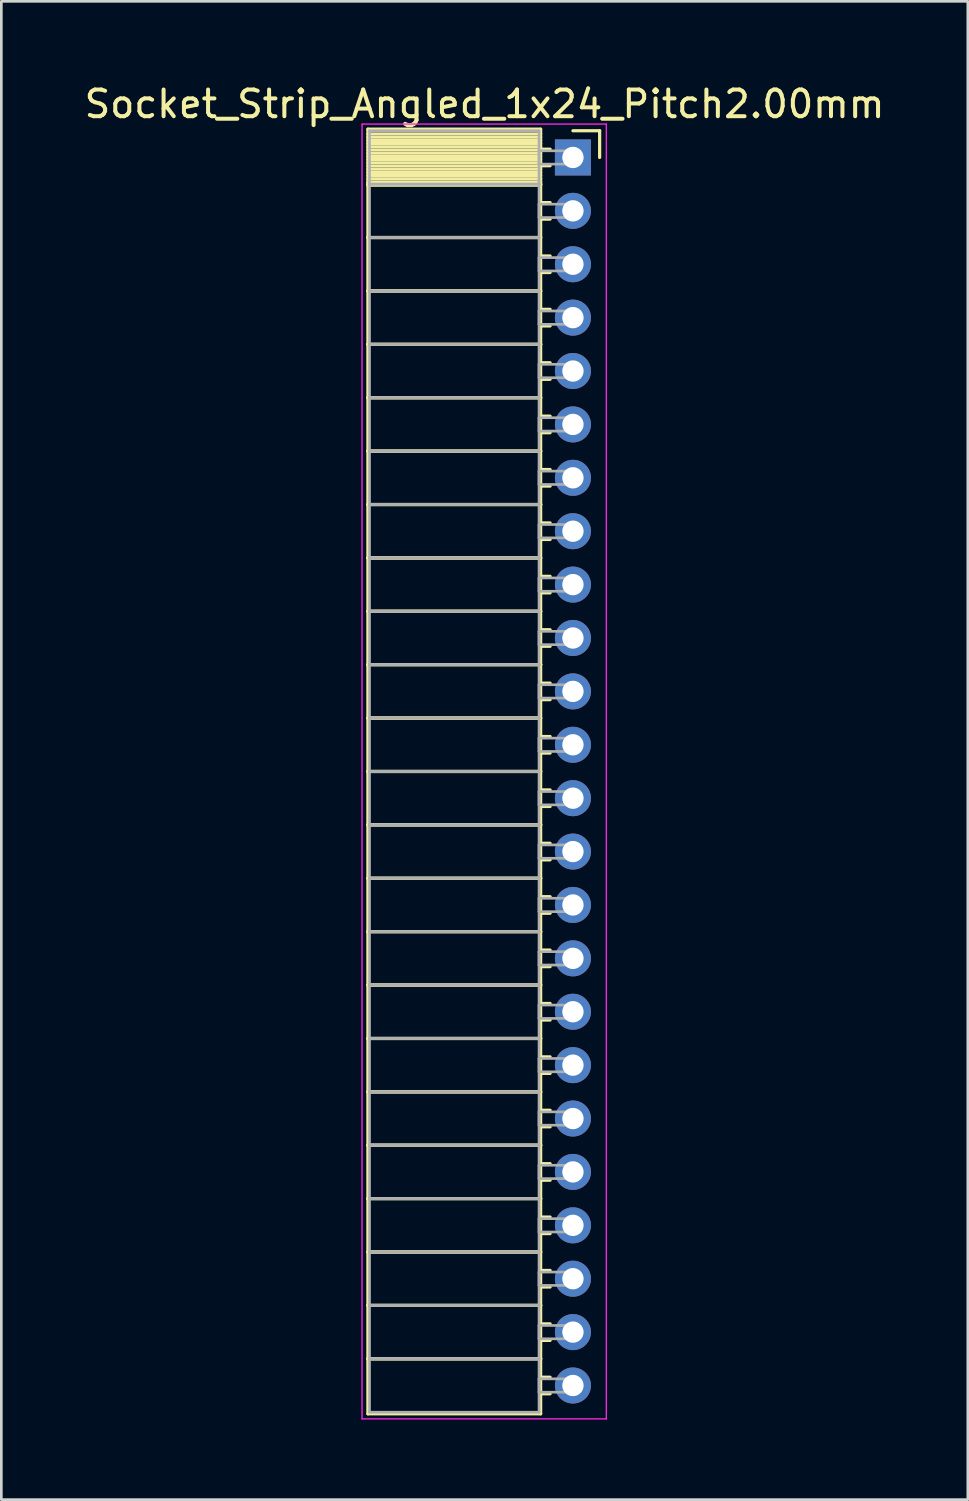
<source format=kicad_pcb>
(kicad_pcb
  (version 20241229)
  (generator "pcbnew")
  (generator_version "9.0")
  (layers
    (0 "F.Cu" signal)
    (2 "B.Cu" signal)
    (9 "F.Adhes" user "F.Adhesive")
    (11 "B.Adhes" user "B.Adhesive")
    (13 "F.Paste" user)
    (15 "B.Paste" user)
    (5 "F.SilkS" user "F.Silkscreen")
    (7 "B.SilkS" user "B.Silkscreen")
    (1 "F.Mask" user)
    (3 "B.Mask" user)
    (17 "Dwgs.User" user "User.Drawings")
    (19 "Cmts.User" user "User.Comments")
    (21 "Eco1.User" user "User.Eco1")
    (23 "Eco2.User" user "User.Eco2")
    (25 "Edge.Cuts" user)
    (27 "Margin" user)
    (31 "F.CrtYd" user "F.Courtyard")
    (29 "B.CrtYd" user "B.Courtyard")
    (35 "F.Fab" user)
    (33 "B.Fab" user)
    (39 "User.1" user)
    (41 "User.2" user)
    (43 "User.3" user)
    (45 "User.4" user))
  (footprint "Socket_Strip_Angled_1x24_Pitch2.00mm"
    (layer "F.Cu")
    (at 18.411 2.848)
    (property "Reference" "Socket_Strip_Angled_1x24_Pitch2.00mm" (at -3.31 -2 0) (layer "F.SilkS") (effects (font (size 1 1) (thickness 0.15))))
    (attr through_hole)
    (fp_line (start -7.68 -1.06) (end -1.21 -1.06) (stroke (width 0.12) (type solid)) (layer "F.SilkS"))
    (fp_line (start -7.68 1) (end -7.68 -1.06) (stroke (width 0.12) (type solid)) (layer "F.SilkS"))
    (fp_line (start -7.68 1) (end -1.21 1) (stroke (width 0.12) (type solid)) (layer "F.SilkS"))
    (fp_line (start -7.68 3) (end -7.68 1) (stroke (width 0.12) (type solid)) (layer "F.SilkS"))
    (fp_line (start -7.68 3) (end -1.21 3) (stroke (width 0.12) (type solid)) (layer "F.SilkS"))
    (fp_line (start -7.68 5) (end -7.68 3) (stroke (width 0.12) (type solid)) (layer "F.SilkS"))
    (fp_line (start -7.68 5) (end -1.21 5) (stroke (width 0.12) (type solid)) (layer "F.SilkS"))
    (fp_line (start -7.68 7) (end -7.68 5) (stroke (width 0.12) (type solid)) (layer "F.SilkS"))
    (fp_line (start -7.68 7) (end -1.21 7) (stroke (width 0.12) (type solid)) (layer "F.SilkS"))
    (fp_line (start -7.68 9) (end -7.68 7) (stroke (width 0.12) (type solid)) (layer "F.SilkS"))
    (fp_line (start -7.68 9) (end -1.21 9) (stroke (width 0.12) (type solid)) (layer "F.SilkS"))
    (fp_line (start -7.68 11) (end -7.68 9) (stroke (width 0.12) (type solid)) (layer "F.SilkS"))
    (fp_line (start -7.68 11) (end -1.21 11) (stroke (width 0.12) (type solid)) (layer "F.SilkS"))
    (fp_line (start -7.68 13) (end -7.68 11) (stroke (width 0.12) (type solid)) (layer "F.SilkS"))
    (fp_line (start -7.68 13) (end -1.21 13) (stroke (width 0.12) (type solid)) (layer "F.SilkS"))
    (fp_line (start -7.68 15) (end -7.68 13) (stroke (width 0.12) (type solid)) (layer "F.SilkS"))
    (fp_line (start -7.68 15) (end -1.21 15) (stroke (width 0.12) (type solid)) (layer "F.SilkS"))
    (fp_line (start -7.68 17) (end -7.68 15) (stroke (width 0.12) (type solid)) (layer "F.SilkS"))
    (fp_line (start -7.68 17) (end -1.21 17) (stroke (width 0.12) (type solid)) (layer "F.SilkS"))
    (fp_line (start -7.68 19) (end -7.68 17) (stroke (width 0.12) (type solid)) (layer "F.SilkS"))
    (fp_line (start -7.68 19) (end -1.21 19) (stroke (width 0.12) (type solid)) (layer "F.SilkS"))
    (fp_line (start -7.68 21) (end -7.68 19) (stroke (width 0.12) (type solid)) (layer "F.SilkS"))
    (fp_line (start -7.68 21) (end -1.21 21) (stroke (width 0.12) (type solid)) (layer "F.SilkS"))
    (fp_line (start -7.68 23) (end -7.68 21) (stroke (width 0.12) (type solid)) (layer "F.SilkS"))
    (fp_line (start -7.68 23) (end -1.21 23) (stroke (width 0.12) (type solid)) (layer "F.SilkS"))
    (fp_line (start -7.68 25) (end -7.68 23) (stroke (width 0.12) (type solid)) (layer "F.SilkS"))
    (fp_line (start -7.68 25) (end -1.21 25) (stroke (width 0.12) (type solid)) (layer "F.SilkS"))
    (fp_line (start -7.68 27) (end -7.68 25) (stroke (width 0.12) (type solid)) (layer "F.SilkS"))
    (fp_line (start -7.68 27) (end -1.21 27) (stroke (width 0.12) (type solid)) (layer "F.SilkS"))
    (fp_line (start -7.68 29) (end -7.68 27) (stroke (width 0.12) (type solid)) (layer "F.SilkS"))
    (fp_line (start -7.68 29) (end -1.21 29) (stroke (width 0.12) (type solid)) (layer "F.SilkS"))
    (fp_line (start -7.68 31) (end -7.68 29) (stroke (width 0.12) (type solid)) (layer "F.SilkS"))
    (fp_line (start -7.68 31) (end -1.21 31) (stroke (width 0.12) (type solid)) (layer "F.SilkS"))
    (fp_line (start -7.68 33) (end -7.68 31) (stroke (width 0.12) (type solid)) (layer "F.SilkS"))
    (fp_line (start -7.68 33) (end -1.21 33) (stroke (width 0.12) (type solid)) (layer "F.SilkS"))
    (fp_line (start -7.68 35) (end -7.68 33) (stroke (width 0.12) (type solid)) (layer "F.SilkS"))
    (fp_line (start -7.68 35) (end -1.21 35) (stroke (width 0.12) (type solid)) (layer "F.SilkS"))
    (fp_line (start -7.68 37) (end -7.68 35) (stroke (width 0.12) (type solid)) (layer "F.SilkS"))
    (fp_line (start -7.68 37) (end -1.21 37) (stroke (width 0.12) (type solid)) (layer "F.SilkS"))
    (fp_line (start -7.68 39) (end -7.68 37) (stroke (width 0.12) (type solid)) (layer "F.SilkS"))
    (fp_line (start -7.68 39) (end -1.21 39) (stroke (width 0.12) (type solid)) (layer "F.SilkS"))
    (fp_line (start -7.68 41) (end -7.68 39) (stroke (width 0.12) (type solid)) (layer "F.SilkS"))
    (fp_line (start -7.68 41) (end -1.21 41) (stroke (width 0.12) (type solid)) (layer "F.SilkS"))
    (fp_line (start -7.68 43) (end -7.68 41) (stroke (width 0.12) (type solid)) (layer "F.SilkS"))
    (fp_line (start -7.68 43) (end -1.21 43) (stroke (width 0.12) (type solid)) (layer "F.SilkS"))
    (fp_line (start -7.68 45) (end -7.68 43) (stroke (width 0.12) (type solid)) (layer "F.SilkS"))
    (fp_line (start -7.68 45) (end -1.21 45) (stroke (width 0.12) (type solid)) (layer "F.SilkS"))
    (fp_line (start -7.68 47.06) (end -7.68 45) (stroke (width 0.12) (type solid)) (layer "F.SilkS"))
    (fp_line (start -1.21 -1.06) (end -1.21 1) (stroke (width 0.12) (type solid)) (layer "F.SilkS"))
    (fp_line (start -1.21 -0.88) (end -7.68 -0.88) (stroke (width 0.12) (type solid)) (layer "F.SilkS"))
    (fp_line (start -1.21 -0.76) (end -7.68 -0.76) (stroke (width 0.12) (type solid)) (layer "F.SilkS"))
    (fp_line (start -1.21 -0.64) (end -7.68 -0.64) (stroke (width 0.12) (type solid)) (layer "F.SilkS"))
    (fp_line (start -1.21 -0.52) (end -7.68 -0.52) (stroke (width 0.12) (type solid)) (layer "F.SilkS"))
    (fp_line (start -1.21 -0.4) (end -7.68 -0.4) (stroke (width 0.12) (type solid)) (layer "F.SilkS"))
    (fp_line (start -1.21 -0.28) (end -7.68 -0.28) (stroke (width 0.12) (type solid)) (layer "F.SilkS"))
    (fp_line (start -1.21 -0.16) (end -7.68 -0.16) (stroke (width 0.12) (type solid)) (layer "F.SilkS"))
    (fp_line (start -1.21 -0.04) (end -7.68 -0.04) (stroke (width 0.12) (type solid)) (layer "F.SilkS"))
    (fp_line (start -1.21 0.08) (end -7.68 0.08) (stroke (width 0.12) (type solid)) (layer "F.SilkS"))
    (fp_line (start -1.21 0.2) (end -7.68 0.2) (stroke (width 0.12) (type solid)) (layer "F.SilkS"))
    (fp_line (start -1.21 0.32) (end -7.68 0.32) (stroke (width 0.12) (type solid)) (layer "F.SilkS"))
    (fp_line (start -1.21 0.44) (end -7.68 0.44) (stroke (width 0.12) (type solid)) (layer "F.SilkS"))
    (fp_line (start -1.21 0.56) (end -7.68 0.56) (stroke (width 0.12) (type solid)) (layer "F.SilkS"))
    (fp_line (start -1.21 0.68) (end -7.68 0.68) (stroke (width 0.12) (type solid)) (layer "F.SilkS"))
    (fp_line (start -1.21 0.8) (end -7.68 0.8) (stroke (width 0.12) (type solid)) (layer "F.SilkS"))
    (fp_line (start -1.21 0.92) (end -7.68 0.92) (stroke (width 0.12) (type solid)) (layer "F.SilkS"))
    (fp_line (start -1.21 1) (end -7.68 1) (stroke (width 0.12) (type solid)) (layer "F.SilkS"))
    (fp_line (start -1.21 1) (end -1.21 3) (stroke (width 0.12) (type solid)) (layer "F.SilkS"))
    (fp_line (start -1.21 1.04) (end -7.68 1.04) (stroke (width 0.12) (type solid)) (layer "F.SilkS"))
    (fp_line (start -1.21 3) (end -7.68 3) (stroke (width 0.12) (type solid)) (layer "F.SilkS"))
    (fp_line (start -1.21 3) (end -1.21 5) (stroke (width 0.12) (type solid)) (layer "F.SilkS"))
    (fp_line (start -1.21 5) (end -7.68 5) (stroke (width 0.12) (type solid)) (layer "F.SilkS"))
    (fp_line (start -1.21 5) (end -1.21 7) (stroke (width 0.12) (type solid)) (layer "F.SilkS"))
    (fp_line (start -1.21 7) (end -7.68 7) (stroke (width 0.12) (type solid)) (layer "F.SilkS"))
    (fp_line (start -1.21 7) (end -1.21 9) (stroke (width 0.12) (type solid)) (layer "F.SilkS"))
    (fp_line (start -1.21 9) (end -7.68 9) (stroke (width 0.12) (type solid)) (layer "F.SilkS"))
    (fp_line (start -1.21 9) (end -1.21 11) (stroke (width 0.12) (type solid)) (layer "F.SilkS"))
    (fp_line (start -1.21 11) (end -7.68 11) (stroke (width 0.12) (type solid)) (layer "F.SilkS"))
    (fp_line (start -1.21 11) (end -1.21 13) (stroke (width 0.12) (type solid)) (layer "F.SilkS"))
    (fp_line (start -1.21 13) (end -7.68 13) (stroke (width 0.12) (type solid)) (layer "F.SilkS"))
    (fp_line (start -1.21 13) (end -1.21 15) (stroke (width 0.12) (type solid)) (layer "F.SilkS"))
    (fp_line (start -1.21 15) (end -7.68 15) (stroke (width 0.12) (type solid)) (layer "F.SilkS"))
    (fp_line (start -1.21 15) (end -1.21 17) (stroke (width 0.12) (type solid)) (layer "F.SilkS"))
    (fp_line (start -1.21 17) (end -7.68 17) (stroke (width 0.12) (type solid)) (layer "F.SilkS"))
    (fp_line (start -1.21 17) (end -1.21 19) (stroke (width 0.12) (type solid)) (layer "F.SilkS"))
    (fp_line (start -1.21 19) (end -7.68 19) (stroke (width 0.12) (type solid)) (layer "F.SilkS"))
    (fp_line (start -1.21 19) (end -1.21 21) (stroke (width 0.12) (type solid)) (layer "F.SilkS"))
    (fp_line (start -1.21 21) (end -7.68 21) (stroke (width 0.12) (type solid)) (layer "F.SilkS"))
    (fp_line (start -1.21 21) (end -1.21 23) (stroke (width 0.12) (type solid)) (layer "F.SilkS"))
    (fp_line (start -1.21 23) (end -7.68 23) (stroke (width 0.12) (type solid)) (layer "F.SilkS"))
    (fp_line (start -1.21 23) (end -1.21 25) (stroke (width 0.12) (type solid)) (layer "F.SilkS"))
    (fp_line (start -1.21 25) (end -7.68 25) (stroke (width 0.12) (type solid)) (layer "F.SilkS"))
    (fp_line (start -1.21 25) (end -1.21 27) (stroke (width 0.12) (type solid)) (layer "F.SilkS"))
    (fp_line (start -1.21 27) (end -7.68 27) (stroke (width 0.12) (type solid)) (layer "F.SilkS"))
    (fp_line (start -1.21 27) (end -1.21 29) (stroke (width 0.12) (type solid)) (layer "F.SilkS"))
    (fp_line (start -1.21 29) (end -7.68 29) (stroke (width 0.12) (type solid)) (layer "F.SilkS"))
    (fp_line (start -1.21 29) (end -1.21 31) (stroke (width 0.12) (type solid)) (layer "F.SilkS"))
    (fp_line (start -1.21 31) (end -7.68 31) (stroke (width 0.12) (type solid)) (layer "F.SilkS"))
    (fp_line (start -1.21 31) (end -1.21 33) (stroke (width 0.12) (type solid)) (layer "F.SilkS"))
    (fp_line (start -1.21 33) (end -7.68 33) (stroke (width 0.12) (type solid)) (layer "F.SilkS"))
    (fp_line (start -1.21 33) (end -1.21 35) (stroke (width 0.12) (type solid)) (layer "F.SilkS"))
    (fp_line (start -1.21 35) (end -7.68 35) (stroke (width 0.12) (type solid)) (layer "F.SilkS"))
    (fp_line (start -1.21 35) (end -1.21 37) (stroke (width 0.12) (type solid)) (layer "F.SilkS"))
    (fp_line (start -1.21 37) (end -7.68 37) (stroke (width 0.12) (type solid)) (layer "F.SilkS"))
    (fp_line (start -1.21 37) (end -1.21 39) (stroke (width 0.12) (type solid)) (layer "F.SilkS"))
    (fp_line (start -1.21 39) (end -7.68 39) (stroke (width 0.12) (type solid)) (layer "F.SilkS"))
    (fp_line (start -1.21 39) (end -1.21 41) (stroke (width 0.12) (type solid)) (layer "F.SilkS"))
    (fp_line (start -1.21 41) (end -7.68 41) (stroke (width 0.12) (type solid)) (layer "F.SilkS"))
    (fp_line (start -1.21 41) (end -1.21 43) (stroke (width 0.12) (type solid)) (layer "F.SilkS"))
    (fp_line (start -1.21 43) (end -7.68 43) (stroke (width 0.12) (type solid)) (layer "F.SilkS"))
    (fp_line (start -1.21 43) (end -1.21 45) (stroke (width 0.12) (type solid)) (layer "F.SilkS"))
    (fp_line (start -1.21 45) (end -7.68 45) (stroke (width 0.12) (type solid)) (layer "F.SilkS"))
    (fp_line (start -1.21 45) (end -1.21 47.06) (stroke (width 0.12) (type solid)) (layer "F.SilkS"))
    (fp_line (start -1.21 47.06) (end -7.68 47.06) (stroke (width 0.12) (type solid)) (layer "F.SilkS"))
    (fp_line (start -0.855 -0.31) (end -1.21 -0.31) (stroke (width 0.12) (type solid)) (layer "F.SilkS"))
    (fp_line (start -0.855 0.31) (end -1.21 0.31) (stroke (width 0.12) (type solid)) (layer "F.SilkS"))
    (fp_line (start -0.855 1.69) (end -1.21 1.69) (stroke (width 0.12) (type solid)) (layer "F.SilkS"))
    (fp_line (start -0.855 2.31) (end -1.21 2.31) (stroke (width 0.12) (type solid)) (layer "F.SilkS"))
    (fp_line (start -0.855 3.69) (end -1.21 3.69) (stroke (width 0.12) (type solid)) (layer "F.SilkS"))
    (fp_line (start -0.855 4.31) (end -1.21 4.31) (stroke (width 0.12) (type solid)) (layer "F.SilkS"))
    (fp_line (start -0.855 5.69) (end -1.21 5.69) (stroke (width 0.12) (type solid)) (layer "F.SilkS"))
    (fp_line (start -0.855 6.31) (end -1.21 6.31) (stroke (width 0.12) (type solid)) (layer "F.SilkS"))
    (fp_line (start -0.855 7.69) (end -1.21 7.69) (stroke (width 0.12) (type solid)) (layer "F.SilkS"))
    (fp_line (start -0.855 8.31) (end -1.21 8.31) (stroke (width 0.12) (type solid)) (layer "F.SilkS"))
    (fp_line (start -0.855 9.69) (end -1.21 9.69) (stroke (width 0.12) (type solid)) (layer "F.SilkS"))
    (fp_line (start -0.855 10.31) (end -1.21 10.31) (stroke (width 0.12) (type solid)) (layer "F.SilkS"))
    (fp_line (start -0.855 11.69) (end -1.21 11.69) (stroke (width 0.12) (type solid)) (layer "F.SilkS"))
    (fp_line (start -0.855 12.31) (end -1.21 12.31) (stroke (width 0.12) (type solid)) (layer "F.SilkS"))
    (fp_line (start -0.855 13.69) (end -1.21 13.69) (stroke (width 0.12) (type solid)) (layer "F.SilkS"))
    (fp_line (start -0.855 14.31) (end -1.21 14.31) (stroke (width 0.12) (type solid)) (layer "F.SilkS"))
    (fp_line (start -0.855 15.69) (end -1.21 15.69) (stroke (width 0.12) (type solid)) (layer "F.SilkS"))
    (fp_line (start -0.855 16.31) (end -1.21 16.31) (stroke (width 0.12) (type solid)) (layer "F.SilkS"))
    (fp_line (start -0.855 17.69) (end -1.21 17.69) (stroke (width 0.12) (type solid)) (layer "F.SilkS"))
    (fp_line (start -0.855 18.31) (end -1.21 18.31) (stroke (width 0.12) (type solid)) (layer "F.SilkS"))
    (fp_line (start -0.855 19.69) (end -1.21 19.69) (stroke (width 0.12) (type solid)) (layer "F.SilkS"))
    (fp_line (start -0.855 20.31) (end -1.21 20.31) (stroke (width 0.12) (type solid)) (layer "F.SilkS"))
    (fp_line (start -0.855 21.69) (end -1.21 21.69) (stroke (width 0.12) (type solid)) (layer "F.SilkS"))
    (fp_line (start -0.855 22.31) (end -1.21 22.31) (stroke (width 0.12) (type solid)) (layer "F.SilkS"))
    (fp_line (start -0.855 23.69) (end -1.21 23.69) (stroke (width 0.12) (type solid)) (layer "F.SilkS"))
    (fp_line (start -0.855 24.31) (end -1.21 24.31) (stroke (width 0.12) (type solid)) (layer "F.SilkS"))
    (fp_line (start -0.855 25.69) (end -1.21 25.69) (stroke (width 0.12) (type solid)) (layer "F.SilkS"))
    (fp_line (start -0.855 26.31) (end -1.21 26.31) (stroke (width 0.12) (type solid)) (layer "F.SilkS"))
    (fp_line (start -0.855 27.69) (end -1.21 27.69) (stroke (width 0.12) (type solid)) (layer "F.SilkS"))
    (fp_line (start -0.855 28.31) (end -1.21 28.31) (stroke (width 0.12) (type solid)) (layer "F.SilkS"))
    (fp_line (start -0.855 29.69) (end -1.21 29.69) (stroke (width 0.12) (type solid)) (layer "F.SilkS"))
    (fp_line (start -0.855 30.31) (end -1.21 30.31) (stroke (width 0.12) (type solid)) (layer "F.SilkS"))
    (fp_line (start -0.855 31.69) (end -1.21 31.69) (stroke (width 0.12) (type solid)) (layer "F.SilkS"))
    (fp_line (start -0.855 32.31) (end -1.21 32.31) (stroke (width 0.12) (type solid)) (layer "F.SilkS"))
    (fp_line (start -0.855 33.69) (end -1.21 33.69) (stroke (width 0.12) (type solid)) (layer "F.SilkS"))
    (fp_line (start -0.855 34.31) (end -1.21 34.31) (stroke (width 0.12) (type solid)) (layer "F.SilkS"))
    (fp_line (start -0.855 35.69) (end -1.21 35.69) (stroke (width 0.12) (type solid)) (layer "F.SilkS"))
    (fp_line (start -0.855 36.31) (end -1.21 36.31) (stroke (width 0.12) (type solid)) (layer "F.SilkS"))
    (fp_line (start -0.855 37.69) (end -1.21 37.69) (stroke (width 0.12) (type solid)) (layer "F.SilkS"))
    (fp_line (start -0.855 38.31) (end -1.21 38.31) (stroke (width 0.12) (type solid)) (layer "F.SilkS"))
    (fp_line (start -0.855 39.69) (end -1.21 39.69) (stroke (width 0.12) (type solid)) (layer "F.SilkS"))
    (fp_line (start -0.855 40.31) (end -1.21 40.31) (stroke (width 0.12) (type solid)) (layer "F.SilkS"))
    (fp_line (start -0.855 41.69) (end -1.21 41.69) (stroke (width 0.12) (type solid)) (layer "F.SilkS"))
    (fp_line (start -0.855 42.31) (end -1.21 42.31) (stroke (width 0.12) (type solid)) (layer "F.SilkS"))
    (fp_line (start -0.855 43.69) (end -1.21 43.69) (stroke (width 0.12) (type solid)) (layer "F.SilkS"))
    (fp_line (start -0.855 44.31) (end -1.21 44.31) (stroke (width 0.12) (type solid)) (layer "F.SilkS"))
    (fp_line (start -0.855 45.69) (end -1.21 45.69) (stroke (width 0.12) (type solid)) (layer "F.SilkS"))
    (fp_line (start -0.855 46.31) (end -1.21 46.31) (stroke (width 0.12) (type solid)) (layer "F.SilkS"))
    (fp_line (start 0 -1) (end 1 -1) (stroke (width 0.12) (type solid)) (layer "F.SilkS"))
    (fp_line (start 1 -1) (end 1 0) (stroke (width 0.12) (type solid)) (layer "F.SilkS"))
    (fp_line (start -7.9 -1.25) (end 1.25 -1.25) (stroke (width 0.05) (type solid)) (layer "F.CrtYd"))
    (fp_line (start -7.9 47.25) (end -7.9 -1.25) (stroke (width 0.05) (type solid)) (layer "F.CrtYd"))
    (fp_line (start 1.25 -1.25) (end 1.25 47.25) (stroke (width 0.05) (type solid)) (layer "F.CrtYd"))
    (fp_line (start 1.25 47.25) (end -7.9 47.25) (stroke (width 0.05) (type solid)) (layer "F.CrtYd"))
    (fp_line (start -7.62 -1) (end -1.27 -1) (stroke (width 0.1) (type solid)) (layer "F.Fab"))
    (fp_line (start -7.62 1) (end -7.62 -1) (stroke (width 0.1) (type solid)) (layer "F.Fab"))
    (fp_line (start -7.62 1) (end -1.27 1) (stroke (width 0.1) (type solid)) (layer "F.Fab"))
    (fp_line (start -7.62 3) (end -7.62 1) (stroke (width 0.1) (type solid)) (layer "F.Fab"))
    (fp_line (start -7.62 3) (end -1.27 3) (stroke (width 0.1) (type solid)) (layer "F.Fab"))
    (fp_line (start -7.62 5) (end -7.62 3) (stroke (width 0.1) (type solid)) (layer "F.Fab"))
    (fp_line (start -7.62 5) (end -1.27 5) (stroke (width 0.1) (type solid)) (layer "F.Fab"))
    (fp_line (start -7.62 7) (end -7.62 5) (stroke (width 0.1) (type solid)) (layer "F.Fab"))
    (fp_line (start -7.62 7) (end -1.27 7) (stroke (width 0.1) (type solid)) (layer "F.Fab"))
    (fp_line (start -7.62 9) (end -7.62 7) (stroke (width 0.1) (type solid)) (layer "F.Fab"))
    (fp_line (start -7.62 9) (end -1.27 9) (stroke (width 0.1) (type solid)) (layer "F.Fab"))
    (fp_line (start -7.62 11) (end -7.62 9) (stroke (width 0.1) (type solid)) (layer "F.Fab"))
    (fp_line (start -7.62 11) (end -1.27 11) (stroke (width 0.1) (type solid)) (layer "F.Fab"))
    (fp_line (start -7.62 13) (end -7.62 11) (stroke (width 0.1) (type solid)) (layer "F.Fab"))
    (fp_line (start -7.62 13) (end -1.27 13) (stroke (width 0.1) (type solid)) (layer "F.Fab"))
    (fp_line (start -7.62 15) (end -7.62 13) (stroke (width 0.1) (type solid)) (layer "F.Fab"))
    (fp_line (start -7.62 15) (end -1.27 15) (stroke (width 0.1) (type solid)) (layer "F.Fab"))
    (fp_line (start -7.62 17) (end -7.62 15) (stroke (width 0.1) (type solid)) (layer "F.Fab"))
    (fp_line (start -7.62 17) (end -1.27 17) (stroke (width 0.1) (type solid)) (layer "F.Fab"))
    (fp_line (start -7.62 19) (end -7.62 17) (stroke (width 0.1) (type solid)) (layer "F.Fab"))
    (fp_line (start -7.62 19) (end -1.27 19) (stroke (width 0.1) (type solid)) (layer "F.Fab"))
    (fp_line (start -7.62 21) (end -7.62 19) (stroke (width 0.1) (type solid)) (layer "F.Fab"))
    (fp_line (start -7.62 21) (end -1.27 21) (stroke (width 0.1) (type solid)) (layer "F.Fab"))
    (fp_line (start -7.62 23) (end -7.62 21) (stroke (width 0.1) (type solid)) (layer "F.Fab"))
    (fp_line (start -7.62 23) (end -1.27 23) (stroke (width 0.1) (type solid)) (layer "F.Fab"))
    (fp_line (start -7.62 25) (end -7.62 23) (stroke (width 0.1) (type solid)) (layer "F.Fab"))
    (fp_line (start -7.62 25) (end -1.27 25) (stroke (width 0.1) (type solid)) (layer "F.Fab"))
    (fp_line (start -7.62 27) (end -7.62 25) (stroke (width 0.1) (type solid)) (layer "F.Fab"))
    (fp_line (start -7.62 27) (end -1.27 27) (stroke (width 0.1) (type solid)) (layer "F.Fab"))
    (fp_line (start -7.62 29) (end -7.62 27) (stroke (width 0.1) (type solid)) (layer "F.Fab"))
    (fp_line (start -7.62 29) (end -1.27 29) (stroke (width 0.1) (type solid)) (layer "F.Fab"))
    (fp_line (start -7.62 31) (end -7.62 29) (stroke (width 0.1) (type solid)) (layer "F.Fab"))
    (fp_line (start -7.62 31) (end -1.27 31) (stroke (width 0.1) (type solid)) (layer "F.Fab"))
    (fp_line (start -7.62 33) (end -7.62 31) (stroke (width 0.1) (type solid)) (layer "F.Fab"))
    (fp_line (start -7.62 33) (end -1.27 33) (stroke (width 0.1) (type solid)) (layer "F.Fab"))
    (fp_line (start -7.62 35) (end -7.62 33) (stroke (width 0.1) (type solid)) (layer "F.Fab"))
    (fp_line (start -7.62 35) (end -1.27 35) (stroke (width 0.1) (type solid)) (layer "F.Fab"))
    (fp_line (start -7.62 37) (end -7.62 35) (stroke (width 0.1) (type solid)) (layer "F.Fab"))
    (fp_line (start -7.62 37) (end -1.27 37) (stroke (width 0.1) (type solid)) (layer "F.Fab"))
    (fp_line (start -7.62 39) (end -7.62 37) (stroke (width 0.1) (type solid)) (layer "F.Fab"))
    (fp_line (start -7.62 39) (end -1.27 39) (stroke (width 0.1) (type solid)) (layer "F.Fab"))
    (fp_line (start -7.62 41) (end -7.62 39) (stroke (width 0.1) (type solid)) (layer "F.Fab"))
    (fp_line (start -7.62 41) (end -1.27 41) (stroke (width 0.1) (type solid)) (layer "F.Fab"))
    (fp_line (start -7.62 43) (end -7.62 41) (stroke (width 0.1) (type solid)) (layer "F.Fab"))
    (fp_line (start -7.62 43) (end -1.27 43) (stroke (width 0.1) (type solid)) (layer "F.Fab"))
    (fp_line (start -7.62 45) (end -7.62 43) (stroke (width 0.1) (type solid)) (layer "F.Fab"))
    (fp_line (start -7.62 45) (end -1.27 45) (stroke (width 0.1) (type solid)) (layer "F.Fab"))
    (fp_line (start -7.62 47) (end -7.62 45) (stroke (width 0.1) (type solid)) (layer "F.Fab"))
    (fp_line (start -1.27 -1) (end -1.27 1) (stroke (width 0.1) (type solid)) (layer "F.Fab"))
    (fp_line (start -1.27 -0.25) (end 0 -0.25) (stroke (width 0.1) (type solid)) (layer "F.Fab"))
    (fp_line (start -1.27 0.25) (end -1.27 -0.25) (stroke (width 0.1) (type solid)) (layer "F.Fab"))
    (fp_line (start -1.27 1) (end -7.62 1) (stroke (width 0.1) (type solid)) (layer "F.Fab"))
    (fp_line (start -1.27 1) (end -1.27 3) (stroke (width 0.1) (type solid)) (layer "F.Fab"))
    (fp_line (start -1.27 1.75) (end 0 1.75) (stroke (width 0.1) (type solid)) (layer "F.Fab"))
    (fp_line (start -1.27 2.25) (end -1.27 1.75) (stroke (width 0.1) (type solid)) (layer "F.Fab"))
    (fp_line (start -1.27 3) (end -7.62 3) (stroke (width 0.1) (type solid)) (layer "F.Fab"))
    (fp_line (start -1.27 3) (end -1.27 5) (stroke (width 0.1) (type solid)) (layer "F.Fab"))
    (fp_line (start -1.27 3.75) (end 0 3.75) (stroke (width 0.1) (type solid)) (layer "F.Fab"))
    (fp_line (start -1.27 4.25) (end -1.27 3.75) (stroke (width 0.1) (type solid)) (layer "F.Fab"))
    (fp_line (start -1.27 5) (end -7.62 5) (stroke (width 0.1) (type solid)) (layer "F.Fab"))
    (fp_line (start -1.27 5) (end -1.27 7) (stroke (width 0.1) (type solid)) (layer "F.Fab"))
    (fp_line (start -1.27 5.75) (end 0 5.75) (stroke (width 0.1) (type solid)) (layer "F.Fab"))
    (fp_line (start -1.27 6.25) (end -1.27 5.75) (stroke (width 0.1) (type solid)) (layer "F.Fab"))
    (fp_line (start -1.27 7) (end -7.62 7) (stroke (width 0.1) (type solid)) (layer "F.Fab"))
    (fp_line (start -1.27 7) (end -1.27 9) (stroke (width 0.1) (type solid)) (layer "F.Fab"))
    (fp_line (start -1.27 7.75) (end 0 7.75) (stroke (width 0.1) (type solid)) (layer "F.Fab"))
    (fp_line (start -1.27 8.25) (end -1.27 7.75) (stroke (width 0.1) (type solid)) (layer "F.Fab"))
    (fp_line (start -1.27 9) (end -7.62 9) (stroke (width 0.1) (type solid)) (layer "F.Fab"))
    (fp_line (start -1.27 9) (end -1.27 11) (stroke (width 0.1) (type solid)) (layer "F.Fab"))
    (fp_line (start -1.27 9.75) (end 0 9.75) (stroke (width 0.1) (type solid)) (layer "F.Fab"))
    (fp_line (start -1.27 10.25) (end -1.27 9.75) (stroke (width 0.1) (type solid)) (layer "F.Fab"))
    (fp_line (start -1.27 11) (end -7.62 11) (stroke (width 0.1) (type solid)) (layer "F.Fab"))
    (fp_line (start -1.27 11) (end -1.27 13) (stroke (width 0.1) (type solid)) (layer "F.Fab"))
    (fp_line (start -1.27 11.75) (end 0 11.75) (stroke (width 0.1) (type solid)) (layer "F.Fab"))
    (fp_line (start -1.27 12.25) (end -1.27 11.75) (stroke (width 0.1) (type solid)) (layer "F.Fab"))
    (fp_line (start -1.27 13) (end -7.62 13) (stroke (width 0.1) (type solid)) (layer "F.Fab"))
    (fp_line (start -1.27 13) (end -1.27 15) (stroke (width 0.1) (type solid)) (layer "F.Fab"))
    (fp_line (start -1.27 13.75) (end 0 13.75) (stroke (width 0.1) (type solid)) (layer "F.Fab"))
    (fp_line (start -1.27 14.25) (end -1.27 13.75) (stroke (width 0.1) (type solid)) (layer "F.Fab"))
    (fp_line (start -1.27 15) (end -7.62 15) (stroke (width 0.1) (type solid)) (layer "F.Fab"))
    (fp_line (start -1.27 15) (end -1.27 17) (stroke (width 0.1) (type solid)) (layer "F.Fab"))
    (fp_line (start -1.27 15.75) (end 0 15.75) (stroke (width 0.1) (type solid)) (layer "F.Fab"))
    (fp_line (start -1.27 16.25) (end -1.27 15.75) (stroke (width 0.1) (type solid)) (layer "F.Fab"))
    (fp_line (start -1.27 17) (end -7.62 17) (stroke (width 0.1) (type solid)) (layer "F.Fab"))
    (fp_line (start -1.27 17) (end -1.27 19) (stroke (width 0.1) (type solid)) (layer "F.Fab"))
    (fp_line (start -1.27 17.75) (end 0 17.75) (stroke (width 0.1) (type solid)) (layer "F.Fab"))
    (fp_line (start -1.27 18.25) (end -1.27 17.75) (stroke (width 0.1) (type solid)) (layer "F.Fab"))
    (fp_line (start -1.27 19) (end -7.62 19) (stroke (width 0.1) (type solid)) (layer "F.Fab"))
    (fp_line (start -1.27 19) (end -1.27 21) (stroke (width 0.1) (type solid)) (layer "F.Fab"))
    (fp_line (start -1.27 19.75) (end 0 19.75) (stroke (width 0.1) (type solid)) (layer "F.Fab"))
    (fp_line (start -1.27 20.25) (end -1.27 19.75) (stroke (width 0.1) (type solid)) (layer "F.Fab"))
    (fp_line (start -1.27 21) (end -7.62 21) (stroke (width 0.1) (type solid)) (layer "F.Fab"))
    (fp_line (start -1.27 21) (end -1.27 23) (stroke (width 0.1) (type solid)) (layer "F.Fab"))
    (fp_line (start -1.27 21.75) (end 0 21.75) (stroke (width 0.1) (type solid)) (layer "F.Fab"))
    (fp_line (start -1.27 22.25) (end -1.27 21.75) (stroke (width 0.1) (type solid)) (layer "F.Fab"))
    (fp_line (start -1.27 23) (end -7.62 23) (stroke (width 0.1) (type solid)) (layer "F.Fab"))
    (fp_line (start -1.27 23) (end -1.27 25) (stroke (width 0.1) (type solid)) (layer "F.Fab"))
    (fp_line (start -1.27 23.75) (end 0 23.75) (stroke (width 0.1) (type solid)) (layer "F.Fab"))
    (fp_line (start -1.27 24.25) (end -1.27 23.75) (stroke (width 0.1) (type solid)) (layer "F.Fab"))
    (fp_line (start -1.27 25) (end -7.62 25) (stroke (width 0.1) (type solid)) (layer "F.Fab"))
    (fp_line (start -1.27 25) (end -1.27 27) (stroke (width 0.1) (type solid)) (layer "F.Fab"))
    (fp_line (start -1.27 25.75) (end 0 25.75) (stroke (width 0.1) (type solid)) (layer "F.Fab"))
    (fp_line (start -1.27 26.25) (end -1.27 25.75) (stroke (width 0.1) (type solid)) (layer "F.Fab"))
    (fp_line (start -1.27 27) (end -7.62 27) (stroke (width 0.1) (type solid)) (layer "F.Fab"))
    (fp_line (start -1.27 27) (end -1.27 29) (stroke (width 0.1) (type solid)) (layer "F.Fab"))
    (fp_line (start -1.27 27.75) (end 0 27.75) (stroke (width 0.1) (type solid)) (layer "F.Fab"))
    (fp_line (start -1.27 28.25) (end -1.27 27.75) (stroke (width 0.1) (type solid)) (layer "F.Fab"))
    (fp_line (start -1.27 29) (end -7.62 29) (stroke (width 0.1) (type solid)) (layer "F.Fab"))
    (fp_line (start -1.27 29) (end -1.27 31) (stroke (width 0.1) (type solid)) (layer "F.Fab"))
    (fp_line (start -1.27 29.75) (end 0 29.75) (stroke (width 0.1) (type solid)) (layer "F.Fab"))
    (fp_line (start -1.27 30.25) (end -1.27 29.75) (stroke (width 0.1) (type solid)) (layer "F.Fab"))
    (fp_line (start -1.27 31) (end -7.62 31) (stroke (width 0.1) (type solid)) (layer "F.Fab"))
    (fp_line (start -1.27 31) (end -1.27 33) (stroke (width 0.1) (type solid)) (layer "F.Fab"))
    (fp_line (start -1.27 31.75) (end 0 31.75) (stroke (width 0.1) (type solid)) (layer "F.Fab"))
    (fp_line (start -1.27 32.25) (end -1.27 31.75) (stroke (width 0.1) (type solid)) (layer "F.Fab"))
    (fp_line (start -1.27 33) (end -7.62 33) (stroke (width 0.1) (type solid)) (layer "F.Fab"))
    (fp_line (start -1.27 33) (end -1.27 35) (stroke (width 0.1) (type solid)) (layer "F.Fab"))
    (fp_line (start -1.27 33.75) (end 0 33.75) (stroke (width 0.1) (type solid)) (layer "F.Fab"))
    (fp_line (start -1.27 34.25) (end -1.27 33.75) (stroke (width 0.1) (type solid)) (layer "F.Fab"))
    (fp_line (start -1.27 35) (end -7.62 35) (stroke (width 0.1) (type solid)) (layer "F.Fab"))
    (fp_line (start -1.27 35) (end -1.27 37) (stroke (width 0.1) (type solid)) (layer "F.Fab"))
    (fp_line (start -1.27 35.75) (end 0 35.75) (stroke (width 0.1) (type solid)) (layer "F.Fab"))
    (fp_line (start -1.27 36.25) (end -1.27 35.75) (stroke (width 0.1) (type solid)) (layer "F.Fab"))
    (fp_line (start -1.27 37) (end -7.62 37) (stroke (width 0.1) (type solid)) (layer "F.Fab"))
    (fp_line (start -1.27 37) (end -1.27 39) (stroke (width 0.1) (type solid)) (layer "F.Fab"))
    (fp_line (start -1.27 37.75) (end 0 37.75) (stroke (width 0.1) (type solid)) (layer "F.Fab"))
    (fp_line (start -1.27 38.25) (end -1.27 37.75) (stroke (width 0.1) (type solid)) (layer "F.Fab"))
    (fp_line (start -1.27 39) (end -7.62 39) (stroke (width 0.1) (type solid)) (layer "F.Fab"))
    (fp_line (start -1.27 39) (end -1.27 41) (stroke (width 0.1) (type solid)) (layer "F.Fab"))
    (fp_line (start -1.27 39.75) (end 0 39.75) (stroke (width 0.1) (type solid)) (layer "F.Fab"))
    (fp_line (start -1.27 40.25) (end -1.27 39.75) (stroke (width 0.1) (type solid)) (layer "F.Fab"))
    (fp_line (start -1.27 41) (end -7.62 41) (stroke (width 0.1) (type solid)) (layer "F.Fab"))
    (fp_line (start -1.27 41) (end -1.27 43) (stroke (width 0.1) (type solid)) (layer "F.Fab"))
    (fp_line (start -1.27 41.75) (end 0 41.75) (stroke (width 0.1) (type solid)) (layer "F.Fab"))
    (fp_line (start -1.27 42.25) (end -1.27 41.75) (stroke (width 0.1) (type solid)) (layer "F.Fab"))
    (fp_line (start -1.27 43) (end -7.62 43) (stroke (width 0.1) (type solid)) (layer "F.Fab"))
    (fp_line (start -1.27 43) (end -1.27 45) (stroke (width 0.1) (type solid)) (layer "F.Fab"))
    (fp_line (start -1.27 43.75) (end 0 43.75) (stroke (width 0.1) (type solid)) (layer "F.Fab"))
    (fp_line (start -1.27 44.25) (end -1.27 43.75) (stroke (width 0.1) (type solid)) (layer "F.Fab"))
    (fp_line (start -1.27 45) (end -7.62 45) (stroke (width 0.1) (type solid)) (layer "F.Fab"))
    (fp_line (start -1.27 45) (end -1.27 47) (stroke (width 0.1) (type solid)) (layer "F.Fab"))
    (fp_line (start -1.27 45.75) (end 0 45.75) (stroke (width 0.1) (type solid)) (layer "F.Fab"))
    (fp_line (start -1.27 46.25) (end -1.27 45.75) (stroke (width 0.1) (type solid)) (layer "F.Fab"))
    (fp_line (start -1.27 47) (end -7.62 47) (stroke (width 0.1) (type solid)) (layer "F.Fab"))
    (fp_line (start 0 -0.25) (end 0 0.25) (stroke (width 0.1) (type solid)) (layer "F.Fab"))
    (fp_line (start 0 0.25) (end -1.27 0.25) (stroke (width 0.1) (type solid)) (layer "F.Fab"))
    (fp_line (start 0 1.75) (end 0 2.25) (stroke (width 0.1) (type solid)) (layer "F.Fab"))
    (fp_line (start 0 2.25) (end -1.27 2.25) (stroke (width 0.1) (type solid)) (layer "F.Fab"))
    (fp_line (start 0 3.75) (end 0 4.25) (stroke (width 0.1) (type solid)) (layer "F.Fab"))
    (fp_line (start 0 4.25) (end -1.27 4.25) (stroke (width 0.1) (type solid)) (layer "F.Fab"))
    (fp_line (start 0 5.75) (end 0 6.25) (stroke (width 0.1) (type solid)) (layer "F.Fab"))
    (fp_line (start 0 6.25) (end -1.27 6.25) (stroke (width 0.1) (type solid)) (layer "F.Fab"))
    (fp_line (start 0 7.75) (end 0 8.25) (stroke (width 0.1) (type solid)) (layer "F.Fab"))
    (fp_line (start 0 8.25) (end -1.27 8.25) (stroke (width 0.1) (type solid)) (layer "F.Fab"))
    (fp_line (start 0 9.75) (end 0 10.25) (stroke (width 0.1) (type solid)) (layer "F.Fab"))
    (fp_line (start 0 10.25) (end -1.27 10.25) (stroke (width 0.1) (type solid)) (layer "F.Fab"))
    (fp_line (start 0 11.75) (end 0 12.25) (stroke (width 0.1) (type solid)) (layer "F.Fab"))
    (fp_line (start 0 12.25) (end -1.27 12.25) (stroke (width 0.1) (type solid)) (layer "F.Fab"))
    (fp_line (start 0 13.75) (end 0 14.25) (stroke (width 0.1) (type solid)) (layer "F.Fab"))
    (fp_line (start 0 14.25) (end -1.27 14.25) (stroke (width 0.1) (type solid)) (layer "F.Fab"))
    (fp_line (start 0 15.75) (end 0 16.25) (stroke (width 0.1) (type solid)) (layer "F.Fab"))
    (fp_line (start 0 16.25) (end -1.27 16.25) (stroke (width 0.1) (type solid)) (layer "F.Fab"))
    (fp_line (start 0 17.75) (end 0 18.25) (stroke (width 0.1) (type solid)) (layer "F.Fab"))
    (fp_line (start 0 18.25) (end -1.27 18.25) (stroke (width 0.1) (type solid)) (layer "F.Fab"))
    (fp_line (start 0 19.75) (end 0 20.25) (stroke (width 0.1) (type solid)) (layer "F.Fab"))
    (fp_line (start 0 20.25) (end -1.27 20.25) (stroke (width 0.1) (type solid)) (layer "F.Fab"))
    (fp_line (start 0 21.75) (end 0 22.25) (stroke (width 0.1) (type solid)) (layer "F.Fab"))
    (fp_line (start 0 22.25) (end -1.27 22.25) (stroke (width 0.1) (type solid)) (layer "F.Fab"))
    (fp_line (start 0 23.75) (end 0 24.25) (stroke (width 0.1) (type solid)) (layer "F.Fab"))
    (fp_line (start 0 24.25) (end -1.27 24.25) (stroke (width 0.1) (type solid)) (layer "F.Fab"))
    (fp_line (start 0 25.75) (end 0 26.25) (stroke (width 0.1) (type solid)) (layer "F.Fab"))
    (fp_line (start 0 26.25) (end -1.27 26.25) (stroke (width 0.1) (type solid)) (layer "F.Fab"))
    (fp_line (start 0 27.75) (end 0 28.25) (stroke (width 0.1) (type solid)) (layer "F.Fab"))
    (fp_line (start 0 28.25) (end -1.27 28.25) (stroke (width 0.1) (type solid)) (layer "F.Fab"))
    (fp_line (start 0 29.75) (end 0 30.25) (stroke (width 0.1) (type solid)) (layer "F.Fab"))
    (fp_line (start 0 30.25) (end -1.27 30.25) (stroke (width 0.1) (type solid)) (layer "F.Fab"))
    (fp_line (start 0 31.75) (end 0 32.25) (stroke (width 0.1) (type solid)) (layer "F.Fab"))
    (fp_line (start 0 32.25) (end -1.27 32.25) (stroke (width 0.1) (type solid)) (layer "F.Fab"))
    (fp_line (start 0 33.75) (end 0 34.25) (stroke (width 0.1) (type solid)) (layer "F.Fab"))
    (fp_line (start 0 34.25) (end -1.27 34.25) (stroke (width 0.1) (type solid)) (layer "F.Fab"))
    (fp_line (start 0 35.75) (end 0 36.25) (stroke (width 0.1) (type solid)) (layer "F.Fab"))
    (fp_line (start 0 36.25) (end -1.27 36.25) (stroke (width 0.1) (type solid)) (layer "F.Fab"))
    (fp_line (start 0 37.75) (end 0 38.25) (stroke (width 0.1) (type solid)) (layer "F.Fab"))
    (fp_line (start 0 38.25) (end -1.27 38.25) (stroke (width 0.1) (type solid)) (layer "F.Fab"))
    (fp_line (start 0 39.75) (end 0 40.25) (stroke (width 0.1) (type solid)) (layer "F.Fab"))
    (fp_line (start 0 40.25) (end -1.27 40.25) (stroke (width 0.1) (type solid)) (layer "F.Fab"))
    (fp_line (start 0 41.75) (end 0 42.25) (stroke (width 0.1) (type solid)) (layer "F.Fab"))
    (fp_line (start 0 42.25) (end -1.27 42.25) (stroke (width 0.1) (type solid)) (layer "F.Fab"))
    (fp_line (start 0 43.75) (end 0 44.25) (stroke (width 0.1) (type solid)) (layer "F.Fab"))
    (fp_line (start 0 44.25) (end -1.27 44.25) (stroke (width 0.1) (type solid)) (layer "F.Fab"))
    (fp_line (start 0 45.75) (end 0 46.25) (stroke (width 0.1) (type solid)) (layer "F.Fab"))
    (fp_line (start 0 46.25) (end -1.27 46.25) (stroke (width 0.1) (type solid)) (layer "F.Fab"))
    (pad "1" thru_hole rect (at 0 0) (size 1.35 1.35) (drill 0.8) (layers "*.Cu" "*.Mask"))
    (pad "2" thru_hole oval (at 0 2) (size 1.35 1.35) (drill 0.8) (layers "*.Cu" "*.Mask"))
    (pad "3" thru_hole oval (at 0 4) (size 1.35 1.35) (drill 0.8) (layers "*.Cu" "*.Mask"))
    (pad "4" thru_hole oval (at 0 6) (size 1.35 1.35) (drill 0.8) (layers "*.Cu" "*.Mask"))
    (pad "5" thru_hole oval (at 0 8) (size 1.35 1.35) (drill 0.8) (layers "*.Cu" "*.Mask"))
    (pad "6" thru_hole oval (at 0 10) (size 1.35 1.35) (drill 0.8) (layers "*.Cu" "*.Mask"))
    (pad "7" thru_hole oval (at 0 12) (size 1.35 1.35) (drill 0.8) (layers "*.Cu" "*.Mask"))
    (pad "8" thru_hole oval (at 0 14) (size 1.35 1.35) (drill 0.8) (layers "*.Cu" "*.Mask"))
    (pad "9" thru_hole oval (at 0 16) (size 1.35 1.35) (drill 0.8) (layers "*.Cu" "*.Mask"))
    (pad "10" thru_hole oval (at 0 18) (size 1.35 1.35) (drill 0.8) (layers "*.Cu" "*.Mask"))
    (pad "11" thru_hole oval (at 0 20) (size 1.35 1.35) (drill 0.8) (layers "*.Cu" "*.Mask"))
    (pad "12" thru_hole oval (at 0 22) (size 1.35 1.35) (drill 0.8) (layers "*.Cu" "*.Mask"))
    (pad "13" thru_hole oval (at 0 24) (size 1.35 1.35) (drill 0.8) (layers "*.Cu" "*.Mask"))
    (pad "14" thru_hole oval (at 0 26) (size 1.35 1.35) (drill 0.8) (layers "*.Cu" "*.Mask"))
    (pad "15" thru_hole oval (at 0 28) (size 1.35 1.35) (drill 0.8) (layers "*.Cu" "*.Mask"))
    (pad "16" thru_hole oval (at 0 30) (size 1.35 1.35) (drill 0.8) (layers "*.Cu" "*.Mask"))
    (pad "17" thru_hole oval (at 0 32) (size 1.35 1.35) (drill 0.8) (layers "*.Cu" "*.Mask"))
    (pad "18" thru_hole oval (at 0 34) (size 1.35 1.35) (drill 0.8) (layers "*.Cu" "*.Mask"))
    (pad "19" thru_hole oval (at 0 36) (size 1.35 1.35) (drill 0.8) (layers "*.Cu" "*.Mask"))
    (pad "20" thru_hole oval (at 0 38) (size 1.35 1.35) (drill 0.8) (layers "*.Cu" "*.Mask"))
    (pad "21" thru_hole oval (at 0 40) (size 1.35 1.35) (drill 0.8) (layers "*.Cu" "*.Mask"))
    (pad "22" thru_hole oval (at 0 42) (size 1.35 1.35) (drill 0.8) (layers "*.Cu" "*.Mask"))
    (pad "23" thru_hole oval (at 0 44) (size 1.35 1.35) (drill 0.8) (layers "*.Cu" "*.Mask"))
    (pad "24" thru_hole oval (at 0 46) (size 1.35 1.35) (drill 0.8) (layers "*.Cu" "*.Mask")))
  (gr_rect
    (start -3 -3)
    (end 33.202 53.123)
    (stroke (width 0.1) (type default))
    (fill no)
    (layer "Edge.Cuts")))
</source>
